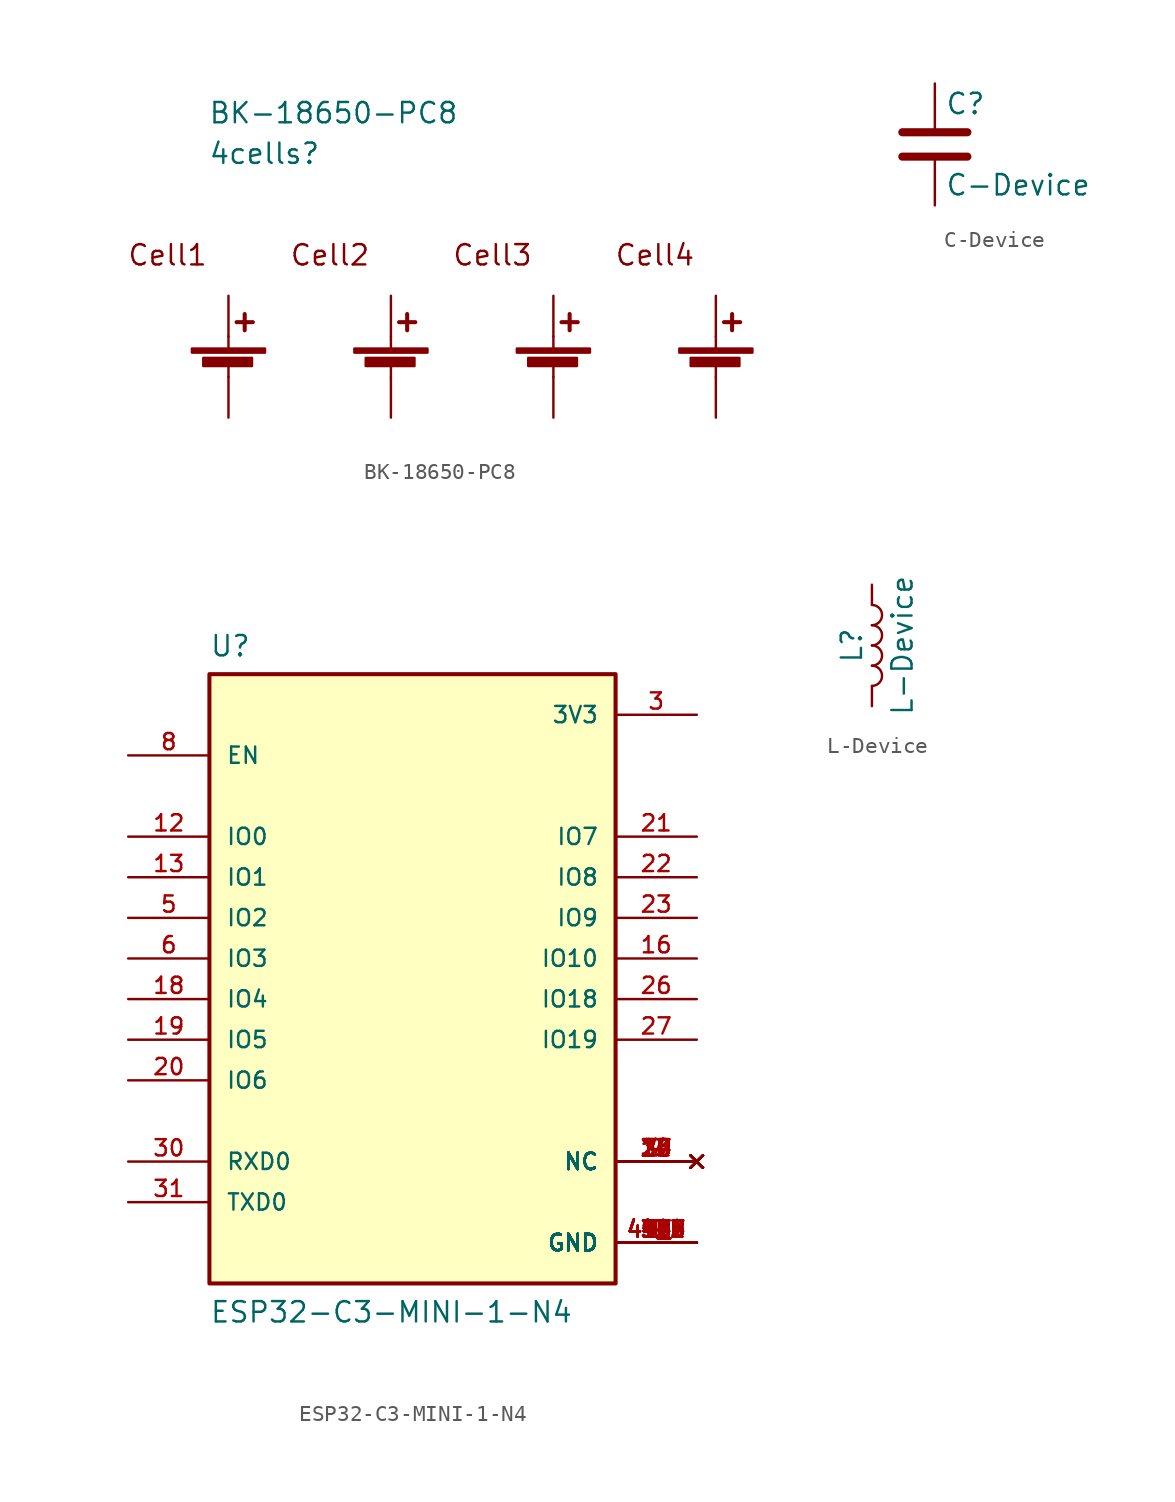
<source format=kicad_sym>
(kicad_symbol_lib
  (version 20211014)
  (generator kicad_symbol_editor)
  (symbol "BK-18650-PC8"
    (pin_numbers hide)
    (pin_names
      (offset 0) hide)
    (property "Reference" "4cells"
      (at -16.51 12.7 0)
      (effects (font (size 1.27 1.27)) (justify left)))
    (property "Value" "BK-18650-PC8"
      (at -16.51 15.24 0)
      (effects (font (size 1.27 1.27)) (justify left)))
    (symbol "BK-18650-PC8_0_0"
      (text "Cell1" (at -19.05 6.35 0) (effects (font (size 1.27 1.27))))
      (text "Cell2" (at -8.89 6.35 0) (effects (font (size 1.27 1.27))))
      (text "Cell3" (at 1.27 6.35 0) (effects (font (size 1.27 1.27))))
      (text "Cell4" (at 11.43 6.35 0) (effects (font (size 1.27 1.27)))))
    (symbol "BK-18650-PC8_0_1"
      (rectangle (start -17.526 0.508) (end -12.954 0.254) (stroke (width 0) (type default) (color 0 0 0 0)) (fill (type outline)))
      (rectangle (start -16.815 -0.076) (end -13.767 -0.584) (stroke (width 0) (type default) (color 0 0 0 0)) (fill (type outline)))
      (polyline (pts (xy -15.24 -0.508) (xy -15.24 -1.27)) (stroke (width 0) (type default) (color 0 0 0 0)) (fill (type none)))
      (polyline (pts (xy -15.24 0.508) (xy -15.24 1.27)) (stroke (width 0) (type default) (color 0 0 0 0)) (fill (type none)))
      (polyline (pts (xy -14.732 2.159) (xy -13.716 2.159)) (stroke (width 0.254) (type default) (color 0 0 0 0)) (fill (type none)))
      (polyline (pts (xy -14.224 2.667) (xy -14.224 1.651)) (stroke (width 0.254) (type default) (color 0 0 0 0)) (fill (type none))))
    (symbol "BK-18650-PC8_1_1"
      (rectangle (start -7.366 0.508) (end -2.794 0.254) (stroke (width 0) (type default) (color 0 0 0 0)) (fill (type outline)))
      (rectangle (start -6.655 -0.076) (end -3.607 -0.584) (stroke (width 0) (type default) (color 0 0 0 0)) (fill (type outline)))
      (polyline (pts (xy -5.08 -0.508) (xy -5.08 -1.27)) (stroke (width 0) (type default) (color 0 0 0 0)) (fill (type none)))
      (polyline (pts (xy -5.08 0.508) (xy -5.08 1.27)) (stroke (width 0) (type default) (color 0 0 0 0)) (fill (type none)))
      (polyline (pts (xy -4.572 2.159) (xy -3.556 2.159)) (stroke (width 0.254) (type default) (color 0 0 0 0)) (fill (type none)))
      (polyline (pts (xy -4.064 2.667) (xy -4.064 1.651)) (stroke (width 0.254) (type default) (color 0 0 0 0)) (fill (type none)))
      (polyline (pts (xy 5.08 -0.508) (xy 5.08 -1.27)) (stroke (width 0) (type default) (color 0 0 0 0)) (fill (type none)))
      (polyline (pts (xy 5.08 0.508) (xy 5.08 1.27)) (stroke (width 0) (type default) (color 0 0 0 0)) (fill (type none)))
      (polyline (pts (xy 5.588 2.159) (xy 6.604 2.159)) (stroke (width 0.254) (type default) (color 0 0 0 0)) (fill (type none)))
      (polyline (pts (xy 6.096 2.667) (xy 6.096 1.651)) (stroke (width 0.254) (type default) (color 0 0 0 0)) (fill (type none)))
      (polyline (pts (xy 15.24 -0.508) (xy 15.24 -1.27)) (stroke (width 0) (type default) (color 0 0 0 0)) (fill (type none)))
      (polyline (pts (xy 15.24 0.508) (xy 15.24 1.27)) (stroke (width 0) (type default) (color 0 0 0 0)) (fill (type none)))
      (polyline (pts (xy 15.748 2.159) (xy 16.764 2.159)) (stroke (width 0.254) (type default) (color 0 0 0 0)) (fill (type none)))
      (polyline (pts (xy 16.256 2.667) (xy 16.256 1.651)) (stroke (width 0.254) (type default) (color 0 0 0 0)) (fill (type none)))
      (rectangle (start 2.794 0.508) (end 7.366 0.254) (stroke (width 0) (type default) (color 0 0 0 0)) (fill (type outline)))
      (rectangle (start 3.505 -0.076) (end 6.553 -0.584) (stroke (width 0) (type default) (color 0 0 0 0)) (fill (type outline)))
      (rectangle (start 12.954 0.508) (end 17.526 0.254) (stroke (width 0) (type default) (color 0 0 0 0)) (fill (type outline)))
      (rectangle (start 13.665 -0.076) (end 16.713 -0.584) (stroke (width 0) (type default) (color 0 0 0 0)) (fill (type outline)))
      (pin passive line (at -15.24 3.81 270) (length 2.54) (name "+" (effects (font (size 1.27 1.27)))) (number "1" (effects (font (size 1.27 1.27)))))
      (pin passive line (at -15.24 -3.81 90) (length 2.54) (name "-" (effects (font (size 1.27 1.27)))) (number "2" (effects (font (size 1.27 1.27)))))
      (pin passive line (at -5.08 3.81 270) (length 2.54) (name "+" (effects (font (size 1.27 1.27)))) (number "3" (effects (font (size 1.27 1.27)))))
      (pin passive line (at -5.08 -3.81 90) (length 2.54) (name "-" (effects (font (size 1.27 1.27)))) (number "4" (effects (font (size 1.27 1.27)))))
      (pin passive line (at 5.08 3.81 270) (length 2.54) (name "+" (effects (font (size 1.27 1.27)))) (number "5" (effects (font (size 1.27 1.27)))))
      (pin passive line (at 5.08 -3.81 90) (length 2.54) (name "-" (effects (font (size 1.27 1.27)))) (number "6" (effects (font (size 1.27 1.27)))))
      (pin passive line (at 15.24 3.81 270) (length 2.54) (name "+" (effects (font (size 1.27 1.27)))) (number "7" (effects (font (size 1.27 1.27)))))
      (pin passive line (at 15.24 -3.81 90) (length 2.54) (name "-" (effects (font (size 1.27 1.27)))) (number "8" (effects (font (size 1.27 1.27)))))))
  (symbol "C-Device"
    (pin_numbers hide)
    (pin_names
      (offset 0.254))
    (property "Reference" "C"
      (at 0.635 2.54 0)
      (effects (font (size 1.27 1.27)) (justify left)))
    (property "Value" "C-Device"
      (at 0.635 -2.54 0)
      (effects (font (size 1.27 1.27)) (justify left)))
    (symbol "C-Device_0_1"
      (polyline (pts (xy -2.032 -0.762) (xy 2.032 -0.762)) (stroke (width 0.508) (type default) (color 0 0 0 0)) (fill (type none)))
      (polyline (pts (xy -2.032 0.762) (xy 2.032 0.762)) (stroke (width 0.508) (type default) (color 0 0 0 0)) (fill (type none))))
    (symbol "C-Device_1_1"
      (pin passive line (at 0 3.81 270) (length 2.794) (name "~" (effects (font (size 1.27 1.27)))) (number "1" (effects (font (size 1.27 1.27)))))
      (pin passive line (at 0 -3.81 90) (length 2.794) (name "~" (effects (font (size 1.27 1.27)))) (number "2" (effects (font (size 1.27 1.27)))))))
  (symbol "ESP32-C3-MINI-1-N4"
    (pin_names
      (offset 1.016))
    (property "Reference" "U"
      (at -12.7 18.796 0)
      (effects (font (size 1.27 1.27)) (justify left bottom)))
    (property "Value" "ESP32-C3-MINI-1-N4"
      (at -12.7 -22.86 0)
      (effects (font (size 1.27 1.27)) (justify left bottom)))
    (property "ki_locked" ""
      (at 0 0 0)
      (effects (font (size 1.27 1.27))))
    (symbol "ESP32-C3-MINI-1-N4_0_0"
      (rectangle (start -12.7 -20.32) (end 12.7 17.78) (stroke (width 0.254) (type default) (color 0 0 0 0)) (fill (type background)))
      (pin power_in line (at 17.78 -17.78 180) (length 5.08) (name "GND" (effects (font (size 1.016 1.016)))) (number "1" (effects (font (size 1.016 1.016)))))
      (pin no_connect line (at 17.78 -12.7 180) (length 5.08) (name "NC" (effects (font (size 1.016 1.016)))) (number "10" (effects (font (size 1.016 1.016)))))
      (pin power_in line (at 17.78 -17.78 180) (length 5.08) (name "GND" (effects (font (size 1.016 1.016)))) (number "11" (effects (font (size 1.016 1.016)))))
      (pin bidirectional line (at -17.78 7.62 0) (length 5.08) (name "IO0" (effects (font (size 1.016 1.016)))) (number "12" (effects (font (size 1.016 1.016)))))
      (pin bidirectional line (at -17.78 5.08 0) (length 5.08) (name "IO1" (effects (font (size 1.016 1.016)))) (number "13" (effects (font (size 1.016 1.016)))))
      (pin power_in line (at 17.78 -17.78 180) (length 5.08) (name "GND" (effects (font (size 1.016 1.016)))) (number "14" (effects (font (size 1.016 1.016)))))
      (pin no_connect line (at 17.78 -12.7 180) (length 5.08) (name "NC" (effects (font (size 1.016 1.016)))) (number "15" (effects (font (size 1.016 1.016)))))
      (pin bidirectional line (at 17.78 0 180) (length 5.08) (name "IO10" (effects (font (size 1.016 1.016)))) (number "16" (effects (font (size 1.016 1.016)))))
      (pin no_connect line (at 17.78 -12.7 180) (length 5.08) (name "NC" (effects (font (size 1.016 1.016)))) (number "17" (effects (font (size 1.016 1.016)))))
      (pin bidirectional line (at -17.78 -2.54 0) (length 5.08) (name "IO4" (effects (font (size 1.016 1.016)))) (number "18" (effects (font (size 1.016 1.016)))))
      (pin bidirectional line (at -17.78 -5.08 0) (length 5.08) (name "IO5" (effects (font (size 1.016 1.016)))) (number "19" (effects (font (size 1.016 1.016)))))
      (pin power_in line (at 17.78 -17.78 180) (length 5.08) (name "GND" (effects (font (size 1.016 1.016)))) (number "2" (effects (font (size 1.016 1.016)))))
      (pin bidirectional line (at -17.78 -7.62 0) (length 5.08) (name "IO6" (effects (font (size 1.016 1.016)))) (number "20" (effects (font (size 1.016 1.016)))))
      (pin bidirectional line (at 17.78 7.62 180) (length 5.08) (name "IO7" (effects (font (size 1.016 1.016)))) (number "21" (effects (font (size 1.016 1.016)))))
      (pin bidirectional line (at 17.78 5.08 180) (length 5.08) (name "IO8" (effects (font (size 1.016 1.016)))) (number "22" (effects (font (size 1.016 1.016)))))
      (pin bidirectional line (at 17.78 2.54 180) (length 5.08) (name "IO9" (effects (font (size 1.016 1.016)))) (number "23" (effects (font (size 1.016 1.016)))))
      (pin no_connect line (at 17.78 -12.7 180) (length 5.08) (name "NC" (effects (font (size 1.016 1.016)))) (number "24" (effects (font (size 1.016 1.016)))))
      (pin no_connect line (at 17.78 -12.7 180) (length 5.08) (name "NC" (effects (font (size 1.016 1.016)))) (number "25" (effects (font (size 1.016 1.016)))))
      (pin bidirectional line (at 17.78 -2.54 180) (length 5.08) (name "IO18" (effects (font (size 1.016 1.016)))) (number "26" (effects (font (size 1.016 1.016)))))
      (pin bidirectional line (at 17.78 -5.08 180) (length 5.08) (name "IO19" (effects (font (size 1.016 1.016)))) (number "27" (effects (font (size 1.016 1.016)))))
      (pin no_connect line (at 17.78 -12.7 180) (length 5.08) (name "NC" (effects (font (size 1.016 1.016)))) (number "28" (effects (font (size 1.016 1.016)))))
      (pin no_connect line (at 17.78 -12.7 180) (length 5.08) (name "NC" (effects (font (size 1.016 1.016)))) (number "29" (effects (font (size 1.016 1.016)))))
      (pin power_in line (at 17.78 15.24 180) (length 5.08) (name "3V3" (effects (font (size 1.016 1.016)))) (number "3" (effects (font (size 1.016 1.016)))))
      (pin bidirectional line (at -17.78 -12.7 0) (length 5.08) (name "RXD0" (effects (font (size 1.016 1.016)))) (number "30" (effects (font (size 1.016 1.016)))))
      (pin bidirectional line (at -17.78 -15.24 0) (length 5.08) (name "TXD0" (effects (font (size 1.016 1.016)))) (number "31" (effects (font (size 1.016 1.016)))))
      (pin no_connect line (at 17.78 -12.7 180) (length 5.08) (name "NC" (effects (font (size 1.016 1.016)))) (number "32" (effects (font (size 1.016 1.016)))))
      (pin no_connect line (at 17.78 -12.7 180) (length 5.08) (name "NC" (effects (font (size 1.016 1.016)))) (number "33" (effects (font (size 1.016 1.016)))))
      (pin no_connect line (at 17.78 -12.7 180) (length 5.08) (name "NC" (effects (font (size 1.016 1.016)))) (number "34" (effects (font (size 1.016 1.016)))))
      (pin no_connect line (at 17.78 -12.7 180) (length 5.08) (name "NC" (effects (font (size 1.016 1.016)))) (number "35" (effects (font (size 1.016 1.016)))))
      (pin power_in line (at 17.78 -17.78 180) (length 5.08) (name "GND" (effects (font (size 1.016 1.016)))) (number "36" (effects (font (size 1.016 1.016)))))
      (pin power_in line (at 17.78 -17.78 180) (length 5.08) (name "GND" (effects (font (size 1.016 1.016)))) (number "37" (effects (font (size 1.016 1.016)))))
      (pin power_in line (at 17.78 -17.78 180) (length 5.08) (name "GND" (effects (font (size 1.016 1.016)))) (number "38" (effects (font (size 1.016 1.016)))))
      (pin power_in line (at 17.78 -17.78 180) (length 5.08) (name "GND" (effects (font (size 1.016 1.016)))) (number "39" (effects (font (size 1.016 1.016)))))
      (pin no_connect line (at 17.78 -12.7 180) (length 5.08) (name "NC" (effects (font (size 1.016 1.016)))) (number "4" (effects (font (size 1.016 1.016)))))
      (pin power_in line (at 17.78 -17.78 180) (length 5.08) (name "GND" (effects (font (size 1.016 1.016)))) (number "40" (effects (font (size 1.016 1.016)))))
      (pin power_in line (at 17.78 -17.78 180) (length 5.08) (name "GND" (effects (font (size 1.016 1.016)))) (number "41" (effects (font (size 1.016 1.016)))))
      (pin power_in line (at 17.78 -17.78 180) (length 5.08) (name "GND" (effects (font (size 1.016 1.016)))) (number "42" (effects (font (size 1.016 1.016)))))
      (pin power_in line (at 17.78 -17.78 180) (length 5.08) (name "GND" (effects (font (size 1.016 1.016)))) (number "43" (effects (font (size 1.016 1.016)))))
      (pin power_in line (at 17.78 -17.78 180) (length 5.08) (name "GND" (effects (font (size 1.016 1.016)))) (number "44" (effects (font (size 1.016 1.016)))))
      (pin power_in line (at 17.78 -17.78 180) (length 5.08) (name "GND" (effects (font (size 1.016 1.016)))) (number "45" (effects (font (size 1.016 1.016)))))
      (pin power_in line (at 17.78 -17.78 180) (length 5.08) (name "GND" (effects (font (size 1.016 1.016)))) (number "46" (effects (font (size 1.016 1.016)))))
      (pin power_in line (at 17.78 -17.78 180) (length 5.08) (name "GND" (effects (font (size 1.016 1.016)))) (number "47" (effects (font (size 1.016 1.016)))))
      (pin power_in line (at 17.78 -17.78 180) (length 5.08) (name "GND" (effects (font (size 1.016 1.016)))) (number "48" (effects (font (size 1.016 1.016)))))
      (pin power_in line (at 17.78 -17.78 180) (length 5.08) (name "GND" (effects (font (size 1.016 1.016)))) (number "49_1" (effects (font (size 1.016 1.016)))))
      (pin power_in line (at 17.78 -17.78 180) (length 5.08) (name "GND" (effects (font (size 1.016 1.016)))) (number "49_2" (effects (font (size 1.016 1.016)))))
      (pin power_in line (at 17.78 -17.78 180) (length 5.08) (name "GND" (effects (font (size 1.016 1.016)))) (number "49_3" (effects (font (size 1.016 1.016)))))
      (pin power_in line (at 17.78 -17.78 180) (length 5.08) (name "GND" (effects (font (size 1.016 1.016)))) (number "49_4" (effects (font (size 1.016 1.016)))))
      (pin power_in line (at 17.78 -17.78 180) (length 5.08) (name "GND" (effects (font (size 1.016 1.016)))) (number "49_5" (effects (font (size 1.016 1.016)))))
      (pin power_in line (at 17.78 -17.78 180) (length 5.08) (name "GND" (effects (font (size 1.016 1.016)))) (number "49_6" (effects (font (size 1.016 1.016)))))
      (pin power_in line (at 17.78 -17.78 180) (length 5.08) (name "GND" (effects (font (size 1.016 1.016)))) (number "49_7" (effects (font (size 1.016 1.016)))))
      (pin power_in line (at 17.78 -17.78 180) (length 5.08) (name "GND" (effects (font (size 1.016 1.016)))) (number "49_8" (effects (font (size 1.016 1.016)))))
      (pin power_in line (at 17.78 -17.78 180) (length 5.08) (name "GND" (effects (font (size 1.016 1.016)))) (number "49_9" (effects (font (size 1.016 1.016)))))
      (pin bidirectional line (at -17.78 2.54 0) (length 5.08) (name "IO2" (effects (font (size 1.016 1.016)))) (number "5" (effects (font (size 1.016 1.016)))))
      (pin power_in line (at 17.78 -17.78 180) (length 5.08) (name "GND" (effects (font (size 1.016 1.016)))) (number "50" (effects (font (size 1.016 1.016)))))
      (pin power_in line (at 17.78 -17.78 180) (length 5.08) (name "GND" (effects (font (size 1.016 1.016)))) (number "51" (effects (font (size 1.016 1.016)))))
      (pin power_in line (at 17.78 -17.78 180) (length 5.08) (name "GND" (effects (font (size 1.016 1.016)))) (number "52" (effects (font (size 1.016 1.016)))))
      (pin power_in line (at 17.78 -17.78 180) (length 5.08) (name "GND" (effects (font (size 1.016 1.016)))) (number "53" (effects (font (size 1.016 1.016)))))
      (pin bidirectional line (at -17.78 0 0) (length 5.08) (name "IO3" (effects (font (size 1.016 1.016)))) (number "6" (effects (font (size 1.016 1.016)))))
      (pin no_connect line (at 17.78 -12.7 180) (length 5.08) (name "NC" (effects (font (size 1.016 1.016)))) (number "7" (effects (font (size 1.016 1.016)))))
      (pin input line (at -17.78 12.7 0) (length 5.08) (name "EN" (effects (font (size 1.016 1.016)))) (number "8" (effects (font (size 1.016 1.016)))))
      (pin no_connect line (at 17.78 -12.7 180) (length 5.08) (name "NC" (effects (font (size 1.016 1.016)))) (number "9" (effects (font (size 1.016 1.016)))))))
  (symbol "L-Device"
    (pin_numbers hide)
    (pin_names
      (offset 1.016) hide)
    (property "Reference" "L"
      (at -1.27 0 90)
      (effects (font (size 1.27 1.27))))
    (property "Value" "L-Device"
      (at 1.905 0 90)
      (effects (font (size 1.27 1.27))))
    (symbol "L-Device_0_1"
      (arc (start 0 -2.54) (mid 0.635 -1.905) (end 0 -1.27) (stroke (width 0) (type default) (color 0 0 0 0)) (fill (type none)))
      (arc (start 0 -1.27) (mid 0.635 -0.635) (end 0 0) (stroke (width 0) (type default) (color 0 0 0 0)) (fill (type none)))
      (arc (start 0 0) (mid 0.635 0.635) (end 0 1.27) (stroke (width 0) (type default) (color 0 0 0 0)) (fill (type none)))
      (arc (start 0 1.27) (mid 0.635 1.905) (end 0 2.54) (stroke (width 0) (type default) (color 0 0 0 0)) (fill (type none))))
    (symbol "L-Device_1_1"
      (pin passive line (at 0 3.81 270) (length 1.27) (name "1" (effects (font (size 1.27 1.27)))) (number "1" (effects (font (size 1.27 1.27)))))
      (pin passive line (at 0 -3.81 90) (length 1.27) (name "2" (effects (font (size 1.27 1.27)))) (number "2" (effects (font (size 1.27 1.27))))))))
</source>
